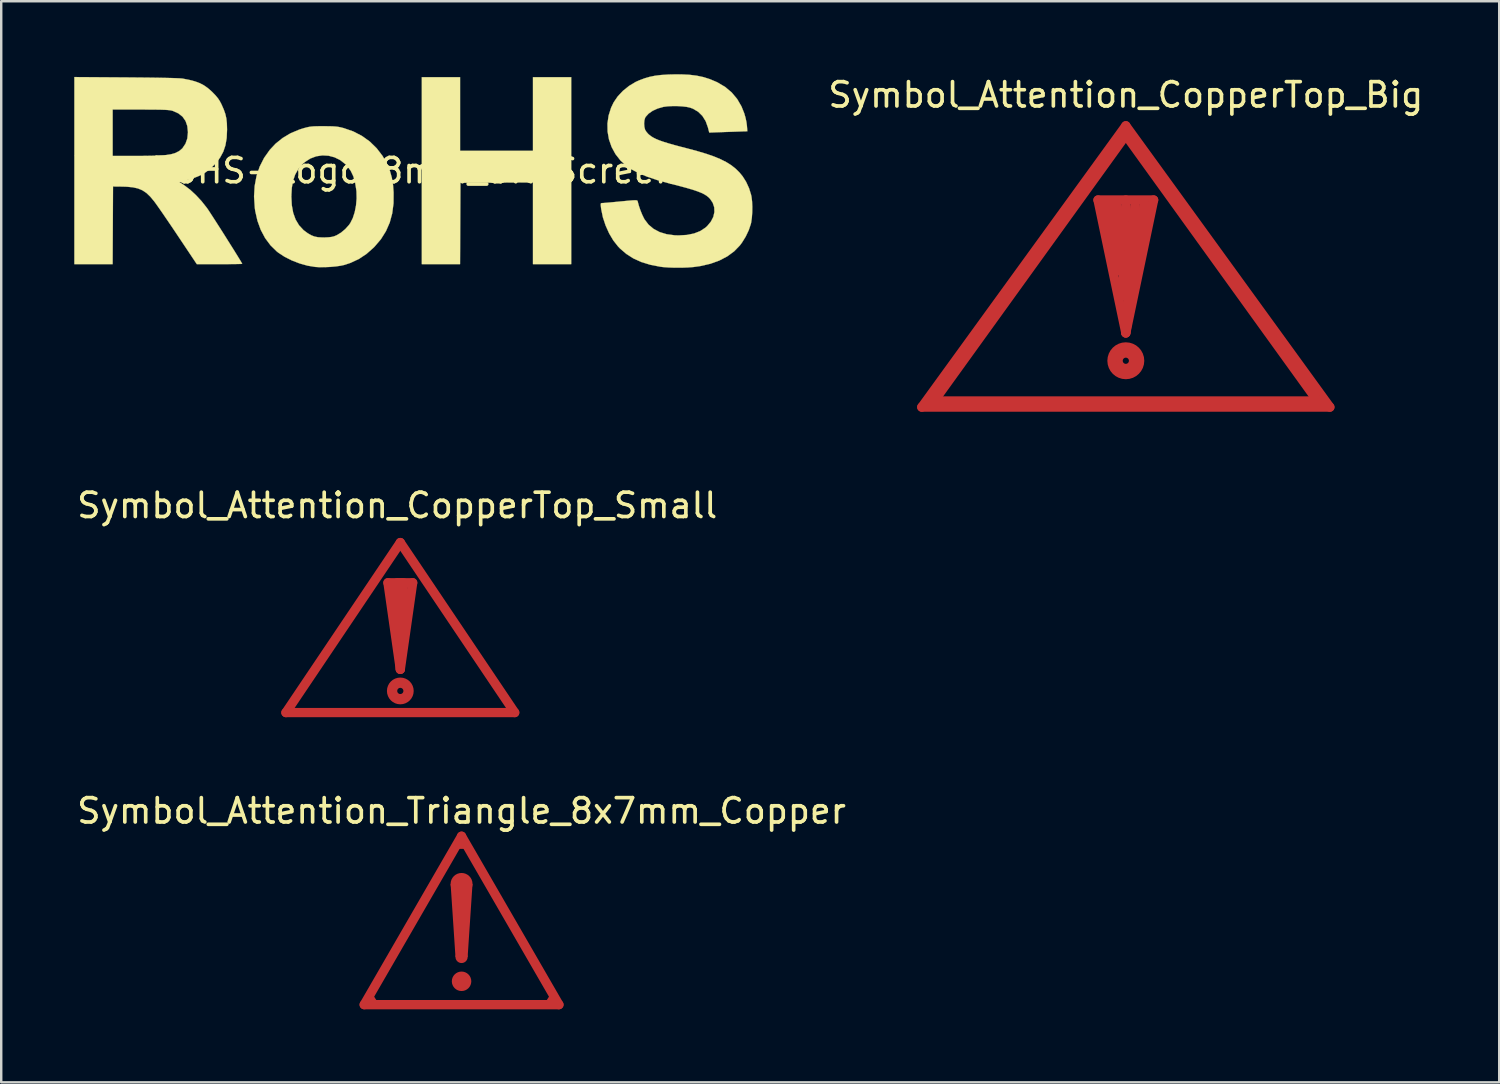
<source format=kicad_pcb>
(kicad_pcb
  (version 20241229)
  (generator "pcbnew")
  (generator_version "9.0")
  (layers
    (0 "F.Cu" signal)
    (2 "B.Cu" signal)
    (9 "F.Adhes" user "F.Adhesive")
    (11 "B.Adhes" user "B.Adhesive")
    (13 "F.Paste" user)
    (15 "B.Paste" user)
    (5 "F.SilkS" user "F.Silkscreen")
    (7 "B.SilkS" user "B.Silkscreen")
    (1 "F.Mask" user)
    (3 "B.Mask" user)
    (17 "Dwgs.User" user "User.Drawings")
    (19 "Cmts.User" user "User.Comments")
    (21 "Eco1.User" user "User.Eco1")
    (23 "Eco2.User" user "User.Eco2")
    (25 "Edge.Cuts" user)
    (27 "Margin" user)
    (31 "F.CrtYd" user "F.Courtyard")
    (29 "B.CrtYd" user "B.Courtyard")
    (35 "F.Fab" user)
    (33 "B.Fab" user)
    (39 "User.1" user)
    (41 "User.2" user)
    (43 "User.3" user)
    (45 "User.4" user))
  (footprint "Symbol_Attention_CopperTop_Big"
    (layer "F.Cu")
    (at 43.199 8.976)
    (property "Reference" "Symbol_Attention_CopperTop_Big" (at 0 -8.128 0) (layer "F.SilkS") (effects (font (size 1 1) (thickness 0.15))))
    (attr exclude_from_pos_files exclude_from_bom)
    (fp_line (start -8.382 4.699) (end 0 -6.858) (stroke (width 0.381) (type solid)) (layer "F.Cu"))
    (fp_line (start -7.874 4.445) (end 0 -6.477) (stroke (width 0.381) (type solid)) (layer "F.Cu"))
    (fp_line (start -1.143 -3.81) (end 0 -3.81) (stroke (width 0.381) (type solid)) (layer "F.Cu"))
    (fp_line (start -0.889 -3.556) (end -0.508 -2.159) (stroke (width 0.381) (type solid)) (layer "F.Cu"))
    (fp_line (start -0.508 -2.159) (end -0.635 -3.429) (stroke (width 0.381) (type solid)) (layer "F.Cu"))
    (fp_line (start -0.381 -3.556) (end -0.889 -3.556) (stroke (width 0.381) (type solid)) (layer "F.Cu"))
    (fp_line (start -0.381 -0.889) (end -0.381 -3.556) (stroke (width 0.381) (type solid)) (layer "F.Cu"))
    (fp_line (start -0.127 0.127) (end 0 -3.556) (stroke (width 0.381) (type solid)) (layer "F.Cu"))
    (fp_line (start 0 -6.858) (end 8.382 4.699) (stroke (width 0.381) (type solid)) (layer "F.Cu"))
    (fp_line (start 0 -6.477) (end 7.874 4.445) (stroke (width 0.381) (type solid)) (layer "F.Cu"))
    (fp_line (start 0 -3.81) (end 1.143 -3.81) (stroke (width 0.381) (type solid)) (layer "F.Cu"))
    (fp_line (start 0 -3.556) (end -0.381 -0.889) (stroke (width 0.381) (type solid)) (layer "F.Cu"))
    (fp_line (start 0 1.524) (end 0.381 -3.556) (stroke (width 0.381) (type solid)) (layer "F.Cu"))
    (fp_line (start 0 1.651) (end -1.143 -3.81) (stroke (width 0.381) (type solid)) (layer "F.Cu"))
    (fp_line (start 0 1.651) (end 0.762 -3.683) (stroke (width 0.381) (type solid)) (layer "F.Cu"))
    (fp_line (start 0.381 -3.556) (end -0.127 0.127) (stroke (width 0.381) (type solid)) (layer "F.Cu"))
    (fp_line (start 1.143 -3.81) (end 0 1.651) (stroke (width 0.381) (type solid)) (layer "F.Cu"))
    (fp_line (start 7.874 4.445) (end -7.874 4.445) (stroke (width 0.381) (type solid)) (layer "F.Cu"))
    (fp_line (start 8.382 4.699) (end -8.382 4.699) (stroke (width 0.381) (type solid)) (layer "F.Cu"))
    (fp_circle (center 0 2.794) (end 0 2.921) (stroke (width 0.381) (type solid)) (fill no) (layer "F.Cu"))
    (fp_circle (center 0 2.794) (end 0.127 2.921) (stroke (width 0.381) (type solid)) (fill no) (layer "F.Cu"))
    (fp_circle (center 0 2.794) (end 0.254 3.302) (stroke (width 0.381) (type solid)) (fill no) (layer "F.Cu")))
  (footprint "RoHS-Logo_8mm_SilkScreen"
    (layer "F.Cu")
    (at 13.945 3.961)
    (property "Reference" "RoHS-Logo_8mm_SilkScreen" (at 0 0 0) (layer "F.SilkS") (effects (font (size 1 1) (thickness 0.15))))
    (attr exclude_from_pos_files exclude_from_bom)
    (fp_poly (pts (xy 1.905 -0.816) (xy 4.899 -0.816) (xy 4.899 -3.84) (xy 6.471 -3.84) (xy 6.471 3.84) (xy 4.899 3.84) (xy 4.899 0.483) (xy 3.409 0.491) (xy 1.92 0.499) (xy 1.912 2.17) (xy 1.904 3.84) (xy 0.333 3.84) (xy 0.333 -3.84) (xy 1.905 -3.84) (xy 1.905 -0.816)) (stroke (width 0.01) (type solid)) (fill yes) (layer "F.SilkS"))
    (fp_poly (pts (xy -3.689 -1.826) (xy -3.487 -1.825) (xy -3.332 -1.821) (xy -3.208 -1.813) (xy -3.103 -1.8) (xy -3.001 -1.78) (xy -2.889 -1.752) (xy -2.871 -1.747) (xy -2.484 -1.613) (xy -2.127 -1.428) (xy -1.804 -1.196) (xy -1.52 -0.919) (xy -1.277 -0.602) (xy -1.087 -0.26) (xy -0.976 0.011) (xy -0.898 0.291) (xy -0.848 0.594) (xy -0.826 0.895) (xy -0.829 1.34) (xy -0.882 1.752) (xy -0.985 2.132) (xy -1.14 2.485) (xy -1.346 2.814) (xy -1.607 3.121) (xy -1.647 3.161) (xy -1.942 3.422) (xy -2.255 3.629) (xy -2.595 3.788) (xy -2.848 3.872) (xy -3.005 3.906) (xy -3.205 3.934) (xy -3.428 3.954) (xy -3.657 3.964) (xy -3.873 3.965) (xy -4.043 3.955) (xy -4.359 3.903) (xy -4.684 3.812) (xy -5.003 3.689) (xy -5.3 3.54) (xy -5.558 3.371) (xy -5.627 3.317) (xy -5.885 3.064) (xy -6.105 2.767) (xy -6.284 2.43) (xy -6.419 2.059) (xy -6.51 1.658) (xy -6.528 1.527) (xy -6.558 1.069) (xy -6.558 1.058) (xy -5.026 1.058) (xy -5.008 1.419) (xy -4.95 1.735) (xy -4.85 2.01) (xy -4.709 2.245) (xy -4.525 2.443) (xy -4.354 2.57) (xy -4.213 2.652) (xy -4.079 2.705) (xy -3.936 2.734) (xy -3.762 2.744) (xy -3.644 2.743) (xy -3.488 2.736) (xy -3.373 2.722) (xy -3.278 2.699) (xy -3.183 2.661) (xy -3.168 2.654) (xy -2.989 2.548) (xy -2.814 2.402) (xy -2.662 2.234) (xy -2.604 2.151) (xy -2.502 1.949) (xy -2.423 1.704) (xy -2.37 1.432) (xy -2.345 1.147) (xy -2.351 0.864) (xy -2.358 0.793) (xy -2.407 0.487) (xy -2.482 0.228) (xy -2.586 0.009) (xy -2.724 -0.181) (xy -2.799 -0.26) (xy -3.013 -0.43) (xy -3.249 -0.548) (xy -3.498 -0.614) (xy -3.752 -0.628) (xy -4.004 -0.59) (xy -4.245 -0.5) (xy -4.468 -0.357) (xy -4.577 -0.26) (xy -4.742 -0.063) (xy -4.868 0.158) (xy -4.955 0.411) (xy -5.007 0.701) (xy -5.026 1.036) (xy -5.026 1.058) (xy -6.558 1.058) (xy -6.534 0.633) (xy -6.457 0.22) (xy -6.327 -0.167) (xy -6.145 -0.526) (xy -5.912 -0.855) (xy -5.674 -1.109) (xy -5.384 -1.343) (xy -5.054 -1.539) (xy -4.691 -1.691) (xy -4.518 -1.745) (xy -4.402 -1.776) (xy -4.303 -1.798) (xy -4.205 -1.812) (xy -4.096 -1.821) (xy -3.96 -1.825) (xy -3.784 -1.827) (xy -3.689 -1.826)) (stroke (width 0.01) (type solid)) (fill yes) (layer "F.SilkS"))
    (fp_poly (pts (xy -11.816 -3.831) (xy -11.341 -3.827) (xy -10.916 -3.823) (xy -10.544 -3.818) (xy -10.225 -3.812) (xy -9.96 -3.806) (xy -9.752 -3.799) (xy -9.601 -3.792) (xy -9.509 -3.785) (xy -9.495 -3.783) (xy -9.214 -3.728) (xy -8.982 -3.667) (xy -8.786 -3.594) (xy -8.615 -3.504) (xy -8.456 -3.392) (xy -8.297 -3.252) (xy -8.263 -3.219) (xy -8.136 -3.087) (xy -8.042 -2.974) (xy -7.967 -2.86) (xy -7.897 -2.727) (xy -7.894 -2.719) (xy -7.802 -2.511) (xy -7.737 -2.326) (xy -7.696 -2.143) (xy -7.675 -1.943) (xy -7.668 -1.705) (xy -7.668 -1.678) (xy -7.683 -1.34) (xy -7.734 -1.043) (xy -7.822 -0.78) (xy -7.952 -0.539) (xy -8.127 -0.311) (xy -8.237 -0.195) (xy -8.385 -0.058) (xy -8.533 0.057) (xy -8.691 0.154) (xy -8.872 0.239) (xy -9.084 0.317) (xy -9.34 0.394) (xy -9.521 0.442) (xy -9.622 0.469) (xy -9.4 0.619) (xy -9.173 0.793) (xy -8.94 1.01) (xy -8.713 1.255) (xy -8.508 1.515) (xy -8.477 1.557) (xy -8.425 1.634) (xy -8.35 1.748) (xy -8.255 1.894) (xy -8.144 2.066) (xy -8.022 2.257) (xy -7.892 2.46) (xy -7.759 2.67) (xy -7.627 2.881) (xy -7.498 3.085) (xy -7.378 3.276) (xy -7.271 3.449) (xy -7.18 3.597) (xy -7.109 3.713) (xy -7.063 3.791) (xy -7.046 3.825) (xy -7.045 3.826) (xy -7.074 3.83) (xy -7.157 3.833) (xy -7.285 3.836) (xy -7.452 3.838) (xy -7.65 3.839) (xy -7.872 3.84) (xy -7.978 3.84) (xy -8.91 3.84) (xy -9.682 2.684) (xy -9.849 2.435) (xy -10.012 2.193) (xy -10.169 1.963) (xy -10.313 1.752) (xy -10.441 1.568) (xy -10.548 1.416) (xy -10.629 1.303) (xy -10.666 1.254) (xy -10.826 1.063) (xy -10.982 0.915) (xy -11.145 0.807) (xy -11.325 0.731) (xy -11.535 0.684) (xy -11.785 0.66) (xy -11.973 0.654) (xy -12.352 0.65) (xy -12.36 2.245) (xy -12.368 3.84) (xy -13.94 3.84) (xy -13.94 -2.51) (xy -12.367 -2.51) (xy -12.367 -0.605) (xy -11.422 -0.605) (xy -11.174 -0.606) (xy -10.933 -0.609) (xy -10.708 -0.613) (xy -10.51 -0.619) (xy -10.349 -0.626) (xy -10.236 -0.633) (xy -10.213 -0.636) (xy -9.975 -0.673) (xy -9.786 -0.728) (xy -9.636 -0.805) (xy -9.515 -0.907) (xy -9.497 -0.926) (xy -9.374 -1.11) (xy -9.3 -1.323) (xy -9.275 -1.57) (xy -9.275 -1.587) (xy -9.301 -1.835) (xy -9.374 -2.044) (xy -9.495 -2.216) (xy -9.663 -2.351) (xy -9.879 -2.449) (xy -9.919 -2.462) (xy -9.97 -2.475) (xy -10.035 -2.485) (xy -10.118 -2.493) (xy -10.227 -2.499) (xy -10.367 -2.504) (xy -10.546 -2.507) (xy -10.768 -2.509) (xy -11.042 -2.51) (xy -11.224 -2.51) (xy -12.367 -2.51) (xy -13.94 -2.51) (xy -13.94 -3.845) (xy -11.816 -3.831)) (stroke (width 0.01) (type solid)) (fill yes) (layer "F.SilkS"))
    (fp_poly (pts (xy 11.316 -3.94) (xy 11.621 -3.903) (xy 11.901 -3.844) (xy 12.166 -3.76) (xy 12.427 -3.65) (xy 12.485 -3.623) (xy 12.796 -3.438) (xy 13.063 -3.213) (xy 13.286 -2.947) (xy 13.465 -2.64) (xy 13.58 -2.353) (xy 13.629 -2.182) (xy 13.668 -2.002) (xy 13.688 -1.852) (xy 13.706 -1.618) (xy 13.619 -1.616) (xy 13.564 -1.615) (xy 13.459 -1.611) (xy 13.313 -1.606) (xy 13.136 -1.6) (xy 12.939 -1.593) (xy 12.836 -1.59) (xy 12.141 -1.565) (xy 12.086 -1.779) (xy 11.993 -2.036) (xy 11.858 -2.251) (xy 11.684 -2.421) (xy 11.471 -2.546) (xy 11.354 -2.589) (xy 11.214 -2.62) (xy 11.033 -2.641) (xy 10.829 -2.653) (xy 10.621 -2.653) (xy 10.427 -2.643) (xy 10.265 -2.622) (xy 10.253 -2.619) (xy 10.018 -2.552) (xy 9.814 -2.458) (xy 9.648 -2.342) (xy 9.531 -2.212) (xy 9.507 -2.171) (xy 9.477 -2.069) (xy 9.466 -1.937) (xy 9.476 -1.8) (xy 9.505 -1.684) (xy 9.505 -1.684) (xy 9.553 -1.605) (xy 9.627 -1.518) (xy 9.663 -1.484) (xy 9.742 -1.421) (xy 9.835 -1.362) (xy 9.947 -1.305) (xy 10.083 -1.248) (xy 10.251 -1.189) (xy 10.455 -1.125) (xy 10.703 -1.054) (xy 11 -0.975) (xy 11.249 -0.911) (xy 11.667 -0.798) (xy 12.031 -0.689) (xy 12.346 -0.579) (xy 12.617 -0.465) (xy 12.851 -0.346) (xy 13.053 -0.218) (xy 13.229 -0.078) (xy 13.384 0.076) (xy 13.512 0.231) (xy 13.657 0.461) (xy 13.777 0.724) (xy 13.861 0.995) (xy 13.877 1.071) (xy 13.9 1.26) (xy 13.91 1.481) (xy 13.907 1.713) (xy 13.891 1.935) (xy 13.864 2.127) (xy 13.85 2.189) (xy 13.764 2.444) (xy 13.639 2.707) (xy 13.486 2.955) (xy 13.398 3.073) (xy 13.164 3.314) (xy 12.883 3.52) (xy 12.557 3.691) (xy 12.189 3.824) (xy 11.782 3.918) (xy 11.497 3.958) (xy 11.262 3.976) (xy 11 3.986) (xy 10.73 3.986) (xy 10.471 3.977) (xy 10.242 3.96) (xy 10.13 3.946) (xy 9.716 3.865) (xy 9.351 3.753) (xy 9.026 3.606) (xy 8.737 3.422) (xy 8.477 3.199) (xy 8.397 3.116) (xy 8.202 2.869) (xy 8.029 2.577) (xy 7.884 2.255) (xy 7.772 1.917) (xy 7.702 1.577) (xy 7.693 1.504) (xy 7.683 1.407) (xy 7.685 1.355) (xy 7.704 1.334) (xy 7.743 1.33) (xy 7.745 1.33) (xy 7.796 1.328) (xy 7.897 1.32) (xy 8.037 1.308) (xy 8.207 1.292) (xy 8.396 1.274) (xy 8.436 1.27) (xy 8.668 1.248) (xy 8.847 1.231) (xy 8.98 1.22) (xy 9.074 1.215) (xy 9.136 1.216) (xy 9.173 1.224) (xy 9.193 1.238) (xy 9.202 1.26) (xy 9.208 1.288) (xy 9.209 1.293) (xy 9.251 1.446) (xy 9.312 1.624) (xy 9.383 1.8) (xy 9.456 1.952) (xy 9.484 2.002) (xy 9.649 2.219) (xy 9.857 2.393) (xy 10.105 2.524) (xy 10.393 2.611) (xy 10.72 2.655) (xy 10.886 2.66) (xy 11.223 2.64) (xy 11.516 2.581) (xy 11.769 2.482) (xy 11.984 2.341) (xy 12.059 2.273) (xy 12.209 2.092) (xy 12.308 1.899) (xy 12.353 1.701) (xy 12.346 1.506) (xy 12.284 1.32) (xy 12.177 1.161) (xy 12.11 1.092) (xy 12.031 1.029) (xy 11.936 0.97) (xy 11.818 0.912) (xy 11.672 0.854) (xy 11.493 0.793) (xy 11.275 0.727) (xy 11.012 0.655) (xy 10.699 0.573) (xy 10.472 0.516) (xy 10.002 0.386) (xy 9.589 0.247) (xy 9.235 0.099) (xy 8.939 -0.058) (xy 8.744 -0.19) (xy 8.493 -0.419) (xy 8.288 -0.682) (xy 8.13 -0.972) (xy 8.022 -1.282) (xy 7.965 -1.605) (xy 7.959 -1.935) (xy 8.007 -2.265) (xy 8.109 -2.587) (xy 8.213 -2.804) (xy 8.38 -3.049) (xy 8.594 -3.278) (xy 8.844 -3.48) (xy 9.116 -3.644) (xy 9.26 -3.709) (xy 9.482 -3.793) (xy 9.696 -3.855) (xy 9.917 -3.9) (xy 10.161 -3.93) (xy 10.443 -3.948) (xy 10.584 -3.953) (xy 10.973 -3.956) (xy 11.316 -3.94)) (stroke (width 0.01) (type solid)) (fill yes) (layer "F.SilkS")))
  (footprint "Symbol_Attention_CopperTop_Small"
    (layer "F.Cu")
    (at 13.395 23.429)
    (property "Reference" "Symbol_Attention_CopperTop_Small" (at -0.127 -5.715 0) (layer "F.SilkS") (effects (font (size 1 1) (thickness 0.15))))
    (attr exclude_from_pos_files exclude_from_bom)
    (fp_line (start -4.699 2.794) (end 0 -4.191) (stroke (width 0.381) (type solid)) (layer "F.Cu"))
    (fp_line (start -0.508 -2.54) (end 0 -2.54) (stroke (width 0.381) (type solid)) (layer "F.Cu"))
    (fp_line (start 0 -4.191) (end 4.699 2.794) (stroke (width 0.381) (type solid)) (layer "F.Cu"))
    (fp_line (start 0 -2.54) (end 0.508 -2.54) (stroke (width 0.381) (type solid)) (layer "F.Cu"))
    (fp_line (start 0 0.889) (end 0.127 -2.54) (stroke (width 0.381) (type solid)) (layer "F.Cu"))
    (fp_line (start 0 1.016) (end -0.508 -2.54) (stroke (width 0.381) (type solid)) (layer "F.Cu"))
    (fp_line (start 0 1.016) (end -0.127 -2.54) (stroke (width 0.381) (type solid)) (layer "F.Cu"))
    (fp_line (start 0.508 -2.54) (end 0 1.016) (stroke (width 0.381) (type solid)) (layer "F.Cu"))
    (fp_line (start 4.699 2.794) (end -4.699 2.794) (stroke (width 0.381) (type solid)) (layer "F.Cu"))
    (fp_circle (center 0 1.905) (end 0 2.032) (stroke (width 0.381) (type solid)) (fill no) (layer "F.Cu"))
    (fp_circle (center 0 1.905) (end 0.254 2.159) (stroke (width 0.381) (type solid)) (fill no) (layer "F.Cu")))
  (footprint "Symbol_Attention_Triangle_8x7mm_Copper"
    (layer "F.Cu")
    (at 15.911 34.762)
    (property "Reference" "Symbol_Attention_Triangle_8x7mm_Copper" (at 0 -4.5 0) (layer "F.SilkS") (effects (font (size 1 1) (thickness 0.15))))
    (attr exclude_from_pos_files exclude_from_bom)
    (fp_line (start -4 3.46) (end 0 -3.46) (stroke (width 0.381) (type solid)) (layer "F.Cu"))
    (fp_line (start -3.51 3.44) (end -3.776 3.031) (stroke (width 0.2) (type default)) (layer "F.Cu"))
    (fp_line (start -0.15 -3.04) (end 0.16 -3.04) (stroke (width 0.2) (type default)) (layer "F.Cu"))
    (fp_line (start 0 -3.46) (end 4 3.46) (stroke (width 0.381) (type solid)) (layer "F.Cu"))
    (fp_line (start 3.51 3.44) (end 3.776 3.031) (stroke (width 0.2) (type default)) (layer "F.Cu"))
    (fp_line (start 4 3.46) (end -4 3.46) (stroke (width 0.381) (type solid)) (layer "F.Cu"))
    (fp_circle (center 0 -1.5) (end 0.45 -1.5) (stroke (width 0) (type solid)) (fill yes) (layer "F.Cu"))
    (fp_circle (center 0 1.5) (end 0.25 1.5) (stroke (width 0) (type solid)) (fill yes) (layer "F.Cu"))
    (fp_circle (center 0 2.5) (end 0.4 2.5) (stroke (width 0) (type solid)) (fill yes) (layer "F.Cu"))
    (fp_poly (pts (xy -0.25 1.5) (xy 0.25 1.5) (xy 0.45 -1.5) (xy -0.45 -1.5)) (stroke (width 0) (type solid)) (fill yes) (layer "F.Cu")))
  (gr_rect
    (start -3 -3)
    (end 58.538 41.412)
    (stroke (width 0.1) (type default))
    (fill no)
    (layer "Edge.Cuts")))
</source>
